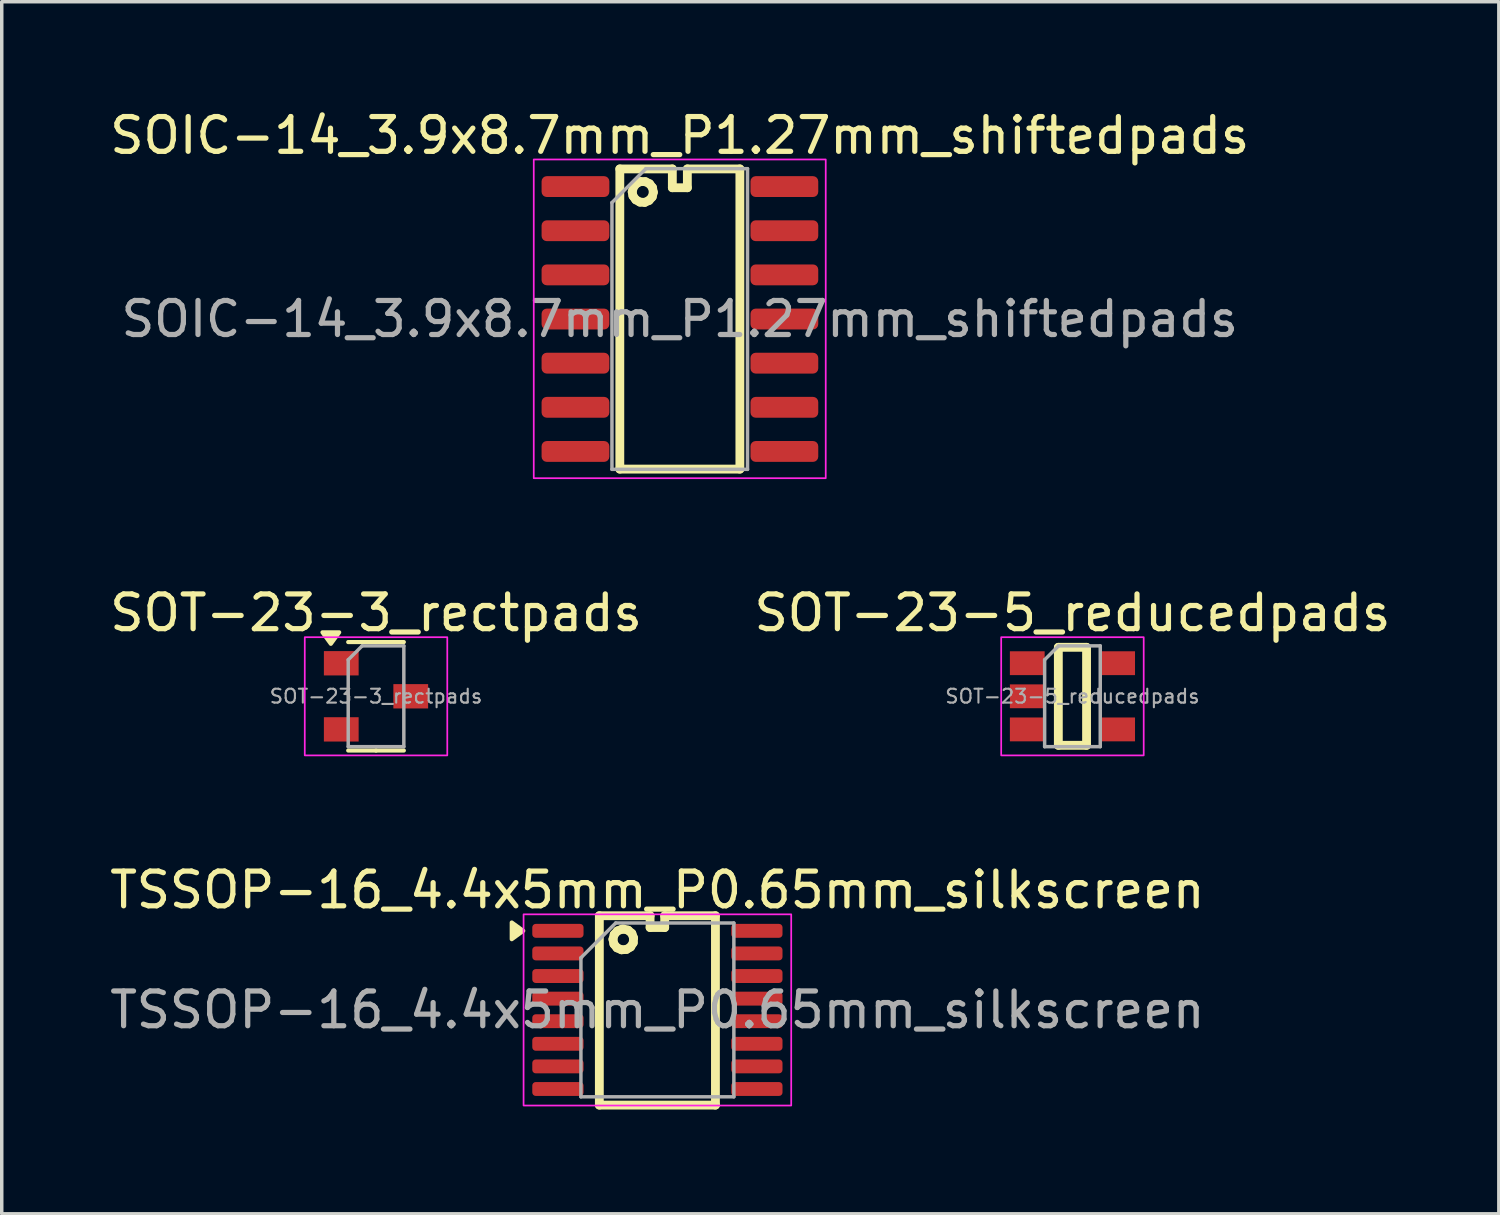
<source format=kicad_pcb>
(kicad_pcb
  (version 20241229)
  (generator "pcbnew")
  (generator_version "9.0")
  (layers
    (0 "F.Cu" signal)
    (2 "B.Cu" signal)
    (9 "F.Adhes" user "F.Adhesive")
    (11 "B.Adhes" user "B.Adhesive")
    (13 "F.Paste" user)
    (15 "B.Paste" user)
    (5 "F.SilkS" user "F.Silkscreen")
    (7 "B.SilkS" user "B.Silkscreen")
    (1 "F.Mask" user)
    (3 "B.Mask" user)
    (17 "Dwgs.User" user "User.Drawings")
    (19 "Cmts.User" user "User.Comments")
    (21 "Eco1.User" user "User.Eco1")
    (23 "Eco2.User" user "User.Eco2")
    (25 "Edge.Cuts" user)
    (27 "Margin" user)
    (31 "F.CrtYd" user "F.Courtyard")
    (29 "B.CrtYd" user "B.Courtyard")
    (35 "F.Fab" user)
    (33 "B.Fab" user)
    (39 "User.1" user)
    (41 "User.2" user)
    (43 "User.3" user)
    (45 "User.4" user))
  (footprint "SOT-23-5_reducedpads"
    (layer "F.Cu")
    (at 27.804 16.982)
    (property "Reference" "SOT-23-5_reducedpads" (at 0 -2.4 0) (layer "F.SilkS") (effects (font (size 1 1) (thickness 0.15))))
    (attr smd)
    (fp_line (start -0.406 -1.409) (end 0.406 -1.409) (stroke (width 0.254) (type solid)) (layer "F.SilkS"))
    (fp_line (start -0.406 1.41) (end -0.406 -1.409) (stroke (width 0.254) (type solid)) (layer "F.SilkS"))
    (fp_line (start 0.406 -1.409) (end 0.406 1.41) (stroke (width 0.254) (type solid)) (layer "F.SilkS"))
    (fp_line (start 0.406 1.41) (end -0.406 1.41) (stroke (width 0.254) (type solid)) (layer "F.SilkS"))
    (fp_rect (start -2.05 -1.7) (end 2.05 1.7) (stroke (width 0.05) (type solid)) (fill no) (layer "F.CrtYd"))
    (fp_line (start -0.8 -1.05) (end -0.4 -1.45) (stroke (width 0.1) (type solid)) (layer "F.Fab"))
    (fp_line (start -0.8 1.45) (end -0.8 -1.05) (stroke (width 0.1) (type solid)) (layer "F.Fab"))
    (fp_line (start -0.4 -1.45) (end 0.8 -1.45) (stroke (width 0.1) (type solid)) (layer "F.Fab"))
    (fp_line (start 0.8 -1.45) (end 0.8 1.45) (stroke (width 0.1) (type solid)) (layer "F.Fab"))
    (fp_line (start 0.8 1.45) (end -0.8 1.45) (stroke (width 0.1) (type solid)) (layer "F.Fab"))
    (fp_text user "${REFERENCE}" (at 0 0 0) (layer "F.Fab") (effects (font (size 0.4 0.4) (thickness 0.06))))
    (pad "1" smd rect (at -1.3 -0.952) (size 1 0.686) (layers "F.Cu" "F.Mask" "F.Paste"))
    (pad "2" smd rect (at -1.3 0.0004) (size 1 0.686) (layers "F.Cu" "F.Mask" "F.Paste"))
    (pad "3" smd rect (at -1.3 0.953) (size 1 0.686) (layers "F.Cu" "F.Mask" "F.Paste"))
    (pad "4" smd rect (at 1.3 0.953) (size 1 0.686) (layers "F.Cu" "F.Mask" "F.Paste"))
    (pad "5" smd rect (at 1.3 -0.952) (size 1 0.686) (layers "F.Cu" "F.Mask" "F.Paste")))
  (footprint "SOIC-14_3.9x8.7mm_P1.27mm_shiftedpads"
    (layer "F.Cu")
    (at 16.506 6.128)
    (property "Reference" "SOIC-14_3.9x8.7mm_P1.27mm_shiftedpads" (at 0 -5.28 0) (layer "F.SilkS") (effects (font (size 1 1) (thickness 0.15))))
    (attr smd)
    (fp_line (start -1.724 -4.318) (end -0.213 -4.318) (stroke (width 0.254) (type solid)) (layer "F.SilkS"))
    (fp_line (start -1.724 4.318) (end -1.724 -4.318) (stroke (width 0.254) (type solid)) (layer "F.SilkS"))
    (fp_line (start -1.368 -3.658) (end -1.335 -3.79) (stroke (width 0.254) (type solid)) (layer "F.SilkS"))
    (fp_line (start -1.346 -3.541) (end -1.368 -3.658) (stroke (width 0.254) (type solid)) (layer "F.SilkS"))
    (fp_line (start -1.335 -3.79) (end -1.249 -3.896) (stroke (width 0.254) (type solid)) (layer "F.SilkS"))
    (fp_line (start -1.264 -3.429) (end -1.346 -3.541) (stroke (width 0.254) (type solid)) (layer "F.SilkS"))
    (fp_line (start -1.249 -3.896) (end -1.127 -3.955) (stroke (width 0.254) (type solid)) (layer "F.SilkS"))
    (fp_line (start -1.145 -3.363) (end -1.264 -3.429) (stroke (width 0.254) (type solid)) (layer "F.SilkS"))
    (fp_line (start -1.127 -3.955) (end -0.99 -3.952) (stroke (width 0.254) (type solid)) (layer "F.SilkS"))
    (fp_line (start -1.008 -3.355) (end -1.145 -3.363) (stroke (width 0.254) (type solid)) (layer "F.SilkS"))
    (fp_line (start -0.99 -3.952) (end -0.868 -3.891) (stroke (width 0.254) (type solid)) (layer "F.SilkS"))
    (fp_line (start -0.883 -3.411) (end -1.008 -3.355) (stroke (width 0.254) (type solid)) (layer "F.SilkS"))
    (fp_line (start -0.868 -3.891) (end -0.784 -3.782) (stroke (width 0.254) (type solid)) (layer "F.SilkS"))
    (fp_line (start -0.792 -3.513) (end -0.883 -3.411) (stroke (width 0.254) (type solid)) (layer "F.SilkS"))
    (fp_line (start -0.784 -3.782) (end -0.759 -3.647) (stroke (width 0.254) (type solid)) (layer "F.SilkS"))
    (fp_line (start -0.759 -3.647) (end -0.792 -3.513) (stroke (width 0.254) (type solid)) (layer "F.SilkS"))
    (fp_line (start -0.213 -4.318) (end -0.213 -3.777) (stroke (width 0.254) (type solid)) (layer "F.SilkS"))
    (fp_line (start -0.213 -3.777) (end 0.219 -3.777) (stroke (width 0.254) (type solid)) (layer "F.SilkS"))
    (fp_line (start 0.219 -4.318) (end 1.73 -4.318) (stroke (width 0.254) (type solid)) (layer "F.SilkS"))
    (fp_line (start 0.219 -3.777) (end 0.219 -4.318) (stroke (width 0.254) (type solid)) (layer "F.SilkS"))
    (fp_line (start 1.73 -4.318) (end 1.73 4.318) (stroke (width 0.254) (type solid)) (layer "F.SilkS"))
    (fp_line (start 1.73 4.318) (end -1.724 4.318) (stroke (width 0.254) (type solid)) (layer "F.SilkS"))
    (fp_rect (start -4.2 -4.59) (end 4.2 4.58) (stroke (width 0.05) (type solid)) (fill no) (layer "F.CrtYd"))
    (fp_line (start -1.95 -3.35) (end -0.975 -4.325) (stroke (width 0.1) (type solid)) (layer "F.Fab"))
    (fp_line (start -1.95 4.325) (end -1.95 -3.35) (stroke (width 0.1) (type solid)) (layer "F.Fab"))
    (fp_line (start -0.975 -4.325) (end 1.95 -4.325) (stroke (width 0.1) (type solid)) (layer "F.Fab"))
    (fp_line (start 1.95 -4.325) (end 1.95 4.325) (stroke (width 0.1) (type solid)) (layer "F.Fab"))
    (fp_line (start 1.95 4.325) (end -1.95 4.325) (stroke (width 0.1) (type solid)) (layer "F.Fab"))
    (fp_text user "${REFERENCE}" (at 0 0 0) (layer "F.Fab") (effects (font (size 0.98 0.98) (thickness 0.15))))
    (pad "1" smd roundrect (at -3 -3.81) (size 1.95 0.6) (layers "F.Cu" "F.Mask" "F.Paste") (roundrect_rratio 0.25))
    (pad "2" smd roundrect (at -3 -2.54) (size 1.95 0.6) (layers "F.Cu" "F.Mask" "F.Paste") (roundrect_rratio 0.25))
    (pad "3" smd roundrect (at -3 -1.27) (size 1.95 0.6) (layers "F.Cu" "F.Mask" "F.Paste") (roundrect_rratio 0.25))
    (pad "4" smd roundrect (at -3 0) (size 1.95 0.6) (layers "F.Cu" "F.Mask" "F.Paste") (roundrect_rratio 0.25))
    (pad "5" smd roundrect (at -3 1.27) (size 1.95 0.6) (layers "F.Cu" "F.Mask" "F.Paste") (roundrect_rratio 0.25))
    (pad "6" smd roundrect (at -3 2.54) (size 1.95 0.6) (layers "F.Cu" "F.Mask" "F.Paste") (roundrect_rratio 0.25))
    (pad "7" smd roundrect (at -3 3.81) (size 1.95 0.6) (layers "F.Cu" "F.Mask" "F.Paste") (roundrect_rratio 0.25))
    (pad "8" smd roundrect (at 3.01 3.81) (size 1.95 0.6) (layers "F.Cu" "F.Mask" "F.Paste") (roundrect_rratio 0.25))
    (pad "9" smd roundrect (at 3.01 2.54) (size 1.95 0.6) (layers "F.Cu" "F.Mask" "F.Paste") (roundrect_rratio 0.25))
    (pad "10" smd roundrect (at 3.01 1.27) (size 1.95 0.6) (layers "F.Cu" "F.Mask" "F.Paste") (roundrect_rratio 0.25))
    (pad "11" smd roundrect (at 3.01 0) (size 1.95 0.6) (layers "F.Cu" "F.Mask" "F.Paste") (roundrect_rratio 0.25))
    (pad "12" smd roundrect (at 3.01 -1.27) (size 1.95 0.6) (layers "F.Cu" "F.Mask" "F.Paste") (roundrect_rratio 0.25))
    (pad "13" smd roundrect (at 3.01 -2.54) (size 1.95 0.6) (layers "F.Cu" "F.Mask" "F.Paste") (roundrect_rratio 0.25))
    (pad "14" smd roundrect (at 3.01 -3.81) (size 1.95 0.6) (layers "F.Cu" "F.Mask" "F.Paste") (roundrect_rratio 0.25)))
  (footprint "TSSOP-16_4.4x5mm_P0.65mm_silkscreen"
    (layer "F.Cu")
    (at 15.863 26.005)
    (property "Reference" "TSSOP-16_4.4x5mm_P0.65mm_silkscreen" (at 0 -3.45 0) (layer "F.SilkS") (effects (font (size 1 1) (thickness 0.15))))
    (attr smd)
    (fp_line (start -1.67 -2.71) (end -0.21 -2.71) (stroke (width 0.254) (type solid)) (layer "F.SilkS"))
    (fp_line (start -1.67 2.738) (end -1.67 -2.71) (stroke (width 0.254) (type solid)) (layer "F.SilkS"))
    (fp_line (start -1.279 -2.032) (end -1.243 -2.169) (stroke (width 0.254) (type solid)) (layer "F.SilkS"))
    (fp_line (start -1.251 -1.895) (end -1.279 -2.032) (stroke (width 0.254) (type solid)) (layer "F.SilkS"))
    (fp_line (start -1.243 -2.169) (end -1.149 -2.273) (stroke (width 0.254) (type solid)) (layer "F.SilkS"))
    (fp_line (start -1.162 -1.786) (end -1.251 -1.895) (stroke (width 0.254) (type solid)) (layer "F.SilkS"))
    (fp_line (start -1.149 -2.273) (end -1.017 -2.324) (stroke (width 0.254) (type solid)) (layer "F.SilkS"))
    (fp_line (start -1.033 -1.73) (end -1.162 -1.786) (stroke (width 0.254) (type solid)) (layer "F.SilkS"))
    (fp_line (start -1.017 -2.324) (end -0.979 -2.327) (stroke (width 0.254) (type solid)) (layer "F.SilkS"))
    (fp_line (start -0.979 -2.327) (end -0.842 -2.294) (stroke (width 0.254) (type solid)) (layer "F.SilkS"))
    (fp_line (start -0.89 -1.74) (end -1.033 -1.73) (stroke (width 0.254) (type solid)) (layer "F.SilkS"))
    (fp_line (start -0.842 -2.294) (end -0.735 -2.202) (stroke (width 0.254) (type solid)) (layer "F.SilkS"))
    (fp_line (start -0.771 -1.811) (end -0.89 -1.74) (stroke (width 0.254) (type solid)) (layer "F.SilkS"))
    (fp_line (start -0.735 -2.202) (end -0.685 -2.07) (stroke (width 0.254) (type solid)) (layer "F.SilkS"))
    (fp_line (start -0.695 -1.931) (end -0.771 -1.811) (stroke (width 0.254) (type solid)) (layer "F.SilkS"))
    (fp_line (start -0.685 -2.07) (end -0.695 -1.931) (stroke (width 0.254) (type solid)) (layer "F.SilkS"))
    (fp_line (start -0.21 -2.71) (end -0.21 -2.37) (stroke (width 0.254) (type solid)) (layer "F.SilkS"))
    (fp_line (start -0.21 -2.37) (end 0.21 -2.37) (stroke (width 0.254) (type solid)) (layer "F.SilkS"))
    (fp_line (start 0.21 -2.71) (end 1.67 -2.71) (stroke (width 0.254) (type solid)) (layer "F.SilkS"))
    (fp_line (start 0.21 -2.37) (end 0.21 -2.71) (stroke (width 0.254) (type solid)) (layer "F.SilkS"))
    (fp_line (start 1.67 -2.71) (end 1.67 2.738) (stroke (width 0.254) (type solid)) (layer "F.SilkS"))
    (fp_line (start 1.67 2.738) (end -1.67 2.738) (stroke (width 0.254) (type solid)) (layer "F.SilkS"))
    (fp_poly (pts (xy -3.86 -2.275) (xy -4.19 -2.035) (xy -4.19 -2.515)) (stroke (width 0.12) (type solid)) (fill yes) (layer "F.SilkS"))
    (fp_rect (start -3.85 -2.75) (end 3.85 2.75) (stroke (width 0.05) (type solid)) (fill no) (layer "F.CrtYd"))
    (fp_line (start -2.2 -1.5) (end -1.2 -2.5) (stroke (width 0.1) (type solid)) (layer "F.Fab"))
    (fp_line (start -2.2 2.5) (end -2.2 -1.5) (stroke (width 0.1) (type solid)) (layer "F.Fab"))
    (fp_line (start -1.2 -2.5) (end 2.2 -2.5) (stroke (width 0.1) (type solid)) (layer "F.Fab"))
    (fp_line (start 2.2 -2.5) (end 2.2 2.5) (stroke (width 0.1) (type solid)) (layer "F.Fab"))
    (fp_line (start 2.2 2.5) (end -2.2 2.5) (stroke (width 0.1) (type solid)) (layer "F.Fab"))
    (fp_text user "${REFERENCE}" (at 0 0 0) (layer "F.Fab") (effects (font (size 1 1) (thickness 0.15))))
    (pad "1" smd roundrect (at -2.862 -2.275) (size 1.475 0.4) (layers "F.Cu" "F.Mask" "F.Paste") (roundrect_rratio 0.25))
    (pad "2" smd roundrect (at -2.862 -1.625) (size 1.475 0.4) (layers "F.Cu" "F.Mask" "F.Paste") (roundrect_rratio 0.25))
    (pad "3" smd roundrect (at -2.862 -0.975) (size 1.475 0.4) (layers "F.Cu" "F.Mask" "F.Paste") (roundrect_rratio 0.25))
    (pad "4" smd roundrect (at -2.862 -0.325) (size 1.475 0.4) (layers "F.Cu" "F.Mask" "F.Paste") (roundrect_rratio 0.25))
    (pad "5" smd roundrect (at -2.862 0.325) (size 1.475 0.4) (layers "F.Cu" "F.Mask" "F.Paste") (roundrect_rratio 0.25))
    (pad "6" smd roundrect (at -2.862 0.975) (size 1.475 0.4) (layers "F.Cu" "F.Mask" "F.Paste") (roundrect_rratio 0.25))
    (pad "7" smd roundrect (at -2.862 1.625) (size 1.475 0.4) (layers "F.Cu" "F.Mask" "F.Paste") (roundrect_rratio 0.25))
    (pad "8" smd roundrect (at -2.862 2.275) (size 1.475 0.4) (layers "F.Cu" "F.Mask" "F.Paste") (roundrect_rratio 0.25))
    (pad "9" smd roundrect (at 2.862 2.275) (size 1.475 0.4) (layers "F.Cu" "F.Mask" "F.Paste") (roundrect_rratio 0.25))
    (pad "10" smd roundrect (at 2.862 1.625) (size 1.475 0.4) (layers "F.Cu" "F.Mask" "F.Paste") (roundrect_rratio 0.25))
    (pad "11" smd roundrect (at 2.862 0.975) (size 1.475 0.4) (layers "F.Cu" "F.Mask" "F.Paste") (roundrect_rratio 0.25))
    (pad "12" smd roundrect (at 2.862 0.325) (size 1.475 0.4) (layers "F.Cu" "F.Mask" "F.Paste") (roundrect_rratio 0.25))
    (pad "13" smd roundrect (at 2.862 -0.325) (size 1.475 0.4) (layers "F.Cu" "F.Mask" "F.Paste") (roundrect_rratio 0.25))
    (pad "14" smd roundrect (at 2.862 -0.975) (size 1.475 0.4) (layers "F.Cu" "F.Mask" "F.Paste") (roundrect_rratio 0.25))
    (pad "15" smd roundrect (at 2.862 -1.625) (size 1.475 0.4) (layers "F.Cu" "F.Mask" "F.Paste") (roundrect_rratio 0.25))
    (pad "16" smd roundrect (at 2.862 -2.275) (size 1.475 0.4) (layers "F.Cu" "F.Mask" "F.Paste") (roundrect_rratio 0.25)))
  (footprint "SOT-23-3_rectpads"
    (layer "F.Cu")
    (at 7.768 16.982)
    (property "Reference" "SOT-23-3_rectpads" (at 0 -2.4 180) (layer "F.SilkS") (effects (font (size 1 1) (thickness 0.15))))
    (attr smd)
    (fp_line (start 0 -1.56) (end -0.8 -1.56) (stroke (width 0.12) (type solid)) (layer "F.SilkS"))
    (fp_line (start 0 -1.56) (end 0.8 -1.56) (stroke (width 0.12) (type solid)) (layer "F.SilkS"))
    (fp_line (start 0 1.56) (end -0.8 1.56) (stroke (width 0.12) (type solid)) (layer "F.SilkS"))
    (fp_line (start 0 1.56) (end 0.8 1.56) (stroke (width 0.12) (type solid)) (layer "F.SilkS"))
    (fp_poly (pts (xy -1.3 -1.51) (xy -1.54 -1.84) (xy -1.06 -1.84)) (stroke (width 0.12) (type solid)) (fill yes) (layer "F.SilkS"))
    (fp_rect (start -2.05 -1.7) (end 2.05 1.7) (stroke (width 0.05) (type solid)) (fill no) (layer "F.CrtYd"))
    (fp_line (start -0.8 -1.05) (end -0.4 -1.45) (stroke (width 0.1) (type solid)) (layer "F.Fab"))
    (fp_line (start -0.8 1.45) (end -0.8 -1.05) (stroke (width 0.1) (type solid)) (layer "F.Fab"))
    (fp_line (start -0.4 -1.45) (end 0.8 -1.45) (stroke (width 0.1) (type solid)) (layer "F.Fab"))
    (fp_line (start 0.8 -1.45) (end 0.8 1.45) (stroke (width 0.1) (type solid)) (layer "F.Fab"))
    (fp_line (start 0.8 1.45) (end -0.8 1.45) (stroke (width 0.1) (type solid)) (layer "F.Fab"))
    (fp_text user "${REFERENCE}" (at 0 0 180) (layer "F.Fab") (effects (font (size 0.4 0.4) (thickness 0.06))))
    (pad "1" smd rect (at -1 -0.95) (size 1 0.7) (layers "F.Cu" "F.Mask" "F.Paste"))
    (pad "2" smd rect (at -1 0.952) (size 1 0.7) (layers "F.Cu" "F.Mask" "F.Paste"))
    (pad "3" smd rect (at 0.999 -0.00001) (size 1 0.7) (layers "F.Cu" "F.Mask" "F.Paste")))
  (gr_rect
    (start -3 -3)
    (end 40.071 31.87)
    (stroke (width 0.1) (type default))
    (fill no)
    (layer "Edge.Cuts")))
</source>
